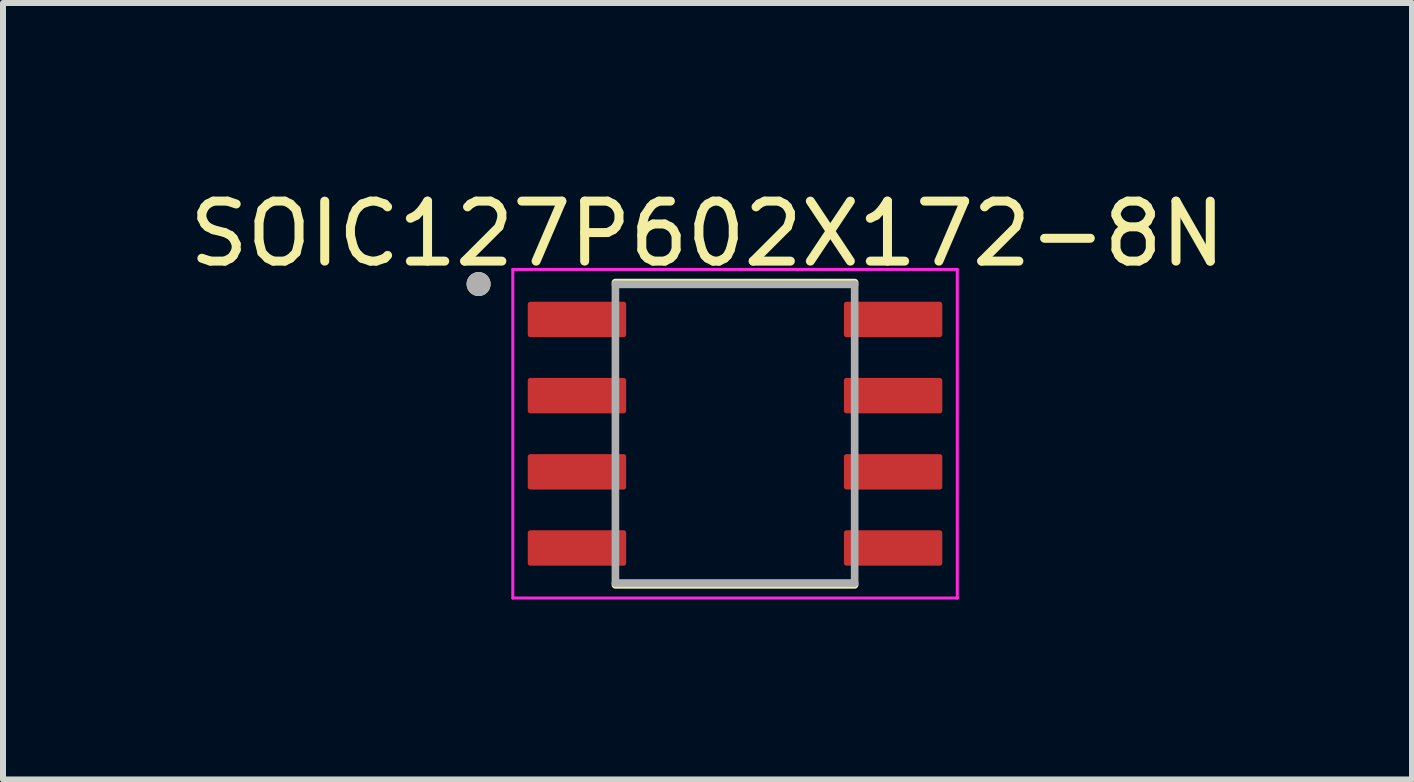
<source format=kicad_pcb>
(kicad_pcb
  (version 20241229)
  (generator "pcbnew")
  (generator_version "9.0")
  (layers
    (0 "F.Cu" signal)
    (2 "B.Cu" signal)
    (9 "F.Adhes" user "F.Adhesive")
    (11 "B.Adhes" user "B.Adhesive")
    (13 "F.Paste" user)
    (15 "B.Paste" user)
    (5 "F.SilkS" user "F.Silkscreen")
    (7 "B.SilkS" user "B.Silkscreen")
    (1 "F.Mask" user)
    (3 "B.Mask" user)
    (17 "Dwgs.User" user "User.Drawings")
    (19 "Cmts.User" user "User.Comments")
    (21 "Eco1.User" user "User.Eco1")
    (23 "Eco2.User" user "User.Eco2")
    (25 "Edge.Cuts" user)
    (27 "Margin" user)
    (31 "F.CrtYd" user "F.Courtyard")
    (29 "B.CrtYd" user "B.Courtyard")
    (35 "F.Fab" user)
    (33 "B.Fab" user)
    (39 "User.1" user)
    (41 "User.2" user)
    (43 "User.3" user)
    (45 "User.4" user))
  (footprint "SOIC127P602X172-8N"
    (layer "F.Cu")
    (at 9.203 4.18)
    (property "Reference" "SOIC127P602X172-8N" (at -0.459 -3.332 0) (layer "F.SilkS") (effects (font (size 1 1) (thickness 0.15))))
    (attr through_hole)
    (fp_line (start -1.994 -2.52) (end 1.994 -2.52) (stroke (width 0.127) (type solid)) (layer "F.SilkS"))
    (fp_line (start -1.994 2.52) (end 1.994 2.52) (stroke (width 0.127) (type solid)) (layer "F.SilkS"))
    (fp_circle (center -4.275 -2.495) (end -4.175 -2.495) (stroke (width 0.2) (type solid)) (fill no) (layer "F.SilkS"))
    (fp_line (start -3.705 -2.739) (end -3.705 2.739) (stroke (width 0.05) (type solid)) (layer "F.CrtYd"))
    (fp_line (start -3.705 -2.739) (end 3.705 -2.739) (stroke (width 0.05) (type solid)) (layer "F.CrtYd"))
    (fp_line (start -3.705 2.739) (end 3.705 2.739) (stroke (width 0.05) (type solid)) (layer "F.CrtYd"))
    (fp_line (start 3.705 -2.739) (end 3.705 2.739) (stroke (width 0.05) (type solid)) (layer "F.CrtYd"))
    (fp_line (start -1.994 -2.489) (end -1.994 2.489) (stroke (width 0.127) (type solid)) (layer "F.Fab"))
    (fp_line (start -1.994 -2.489) (end 1.994 -2.489) (stroke (width 0.127) (type solid)) (layer "F.Fab"))
    (fp_line (start -1.994 2.489) (end 1.994 2.489) (stroke (width 0.127) (type solid)) (layer "F.Fab"))
    (fp_line (start 1.994 -2.489) (end 1.994 2.489) (stroke (width 0.127) (type solid)) (layer "F.Fab"))
    (fp_circle (center -4.275 -2.495) (end -4.175 -2.495) (stroke (width 0.2) (type solid)) (fill no) (layer "F.Fab"))
    (pad "1" smd roundrect (at -2.635 -1.905) (size 1.64 0.59) (layers "F.Cu" "F.Mask" "F.Paste") (roundrect_rratio 0.07))
    (pad "2" smd roundrect (at -2.635 -0.635) (size 1.64 0.59) (layers "F.Cu" "F.Mask" "F.Paste") (roundrect_rratio 0.07))
    (pad "3" smd roundrect (at -2.635 0.635) (size 1.64 0.59) (layers "F.Cu" "F.Mask" "F.Paste") (roundrect_rratio 0.07))
    (pad "4" smd roundrect (at -2.635 1.905) (size 1.64 0.59) (layers "F.Cu" "F.Mask" "F.Paste") (roundrect_rratio 0.07))
    (pad "5" smd roundrect (at 2.635 1.905) (size 1.64 0.59) (layers "F.Cu" "F.Mask" "F.Paste") (roundrect_rratio 0.07))
    (pad "6" smd roundrect (at 2.635 0.635) (size 1.64 0.59) (layers "F.Cu" "F.Mask" "F.Paste") (roundrect_rratio 0.07))
    (pad "7" smd roundrect (at 2.635 -0.635) (size 1.64 0.59) (layers "F.Cu" "F.Mask" "F.Paste") (roundrect_rratio 0.07))
    (pad "8" smd roundrect (at 2.635 -1.905) (size 1.64 0.59) (layers "F.Cu" "F.Mask" "F.Paste") (roundrect_rratio 0.07)))
  (gr_rect
    (start -3 -3)
    (end 20.488 9.944)
    (stroke (width 0.1) (type default))
    (fill no)
    (layer "Edge.Cuts")))
</source>
